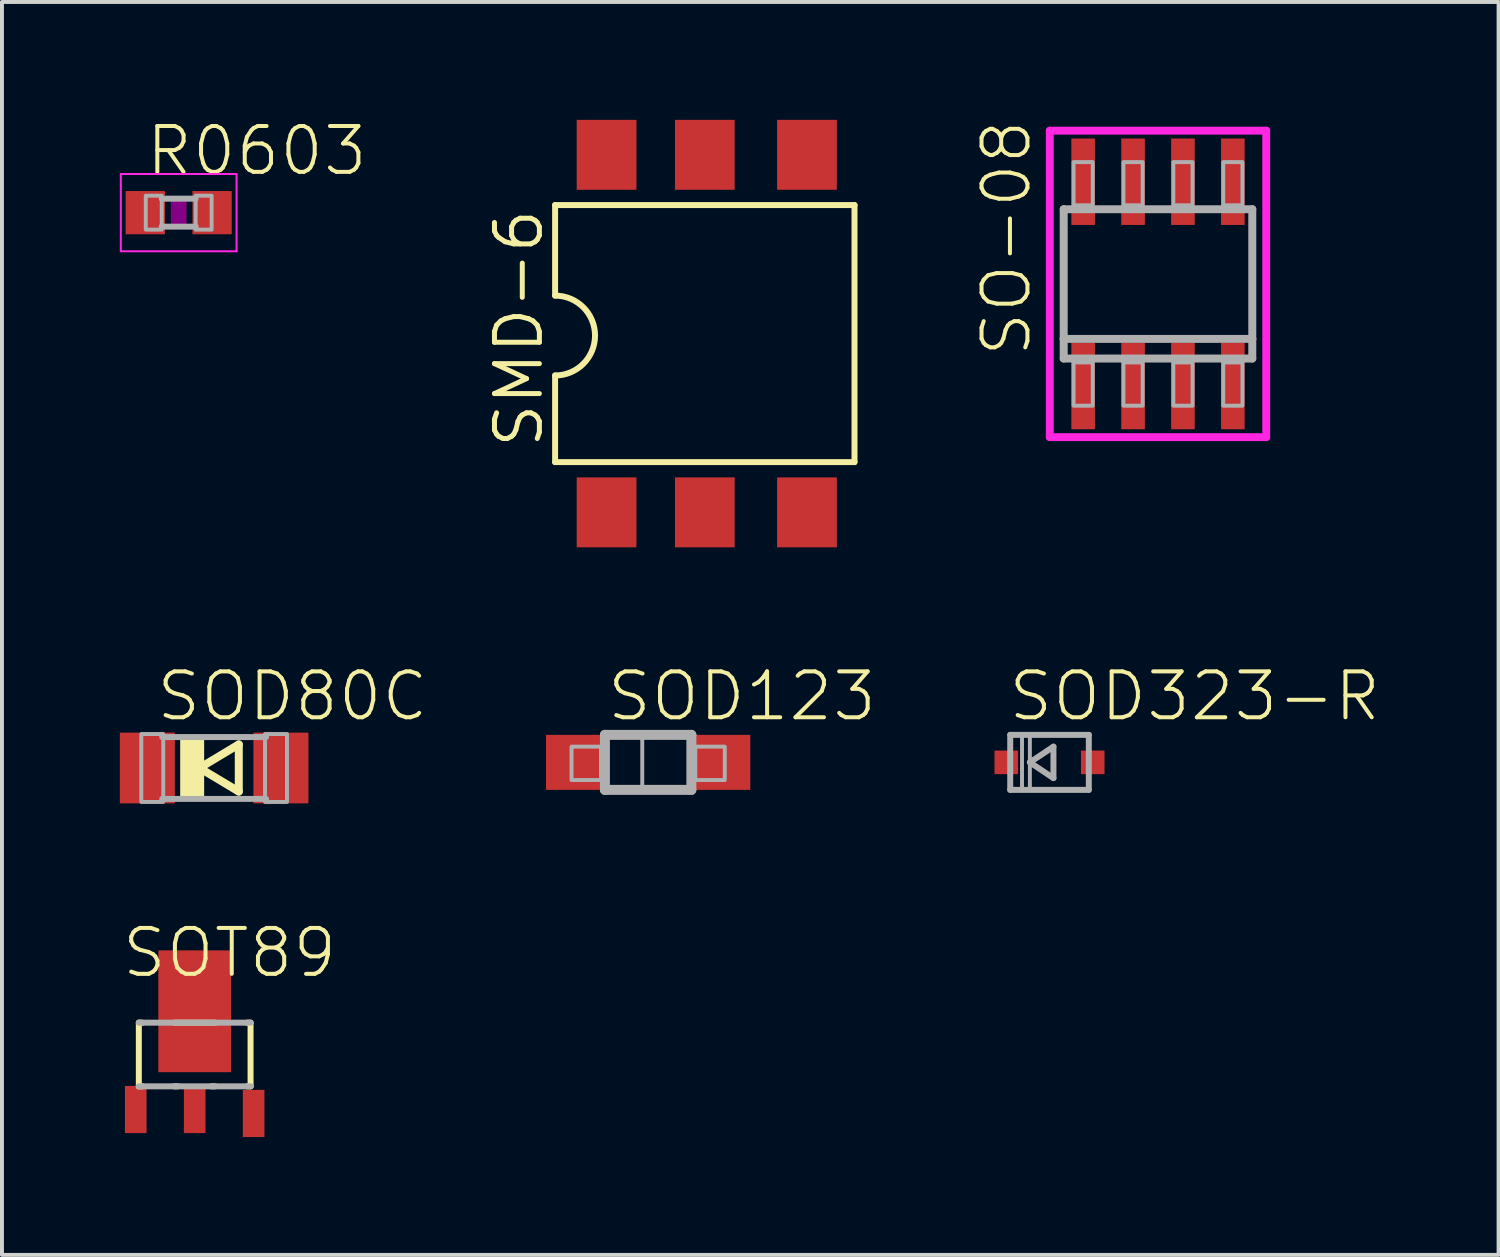
<source format=kicad_pcb>
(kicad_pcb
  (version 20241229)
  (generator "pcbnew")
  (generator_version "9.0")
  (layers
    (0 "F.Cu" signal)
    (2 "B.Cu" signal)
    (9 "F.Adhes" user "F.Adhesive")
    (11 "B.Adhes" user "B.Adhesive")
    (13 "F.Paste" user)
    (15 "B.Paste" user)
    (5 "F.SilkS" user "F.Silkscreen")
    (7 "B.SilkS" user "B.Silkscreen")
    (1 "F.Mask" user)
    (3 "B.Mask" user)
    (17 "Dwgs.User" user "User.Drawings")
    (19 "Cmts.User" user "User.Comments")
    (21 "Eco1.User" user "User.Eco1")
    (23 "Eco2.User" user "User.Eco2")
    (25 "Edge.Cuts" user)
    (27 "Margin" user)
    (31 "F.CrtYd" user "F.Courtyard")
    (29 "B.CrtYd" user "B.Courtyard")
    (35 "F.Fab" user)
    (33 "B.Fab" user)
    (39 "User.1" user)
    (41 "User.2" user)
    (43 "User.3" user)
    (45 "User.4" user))
  (footprint "SMD-6"
    (layer "F.Cu")
    (at 14.888 5.49)
    (property "Reference" "SMD-6" (at -4.064 2.921 90) (unlocked yes) (layer "F.SilkS") (effects (font (size 1.143 1.143) (thickness 0.127)) (justify left bottom)))
    (fp_line (start -3.81 -3.321) (end -3.81 -1.016) (stroke (width 0.152) (type solid)) (layer "F.SilkS"))
    (fp_line (start -3.81 3.221) (end -3.81 1.016) (stroke (width 0.152) (type solid)) (layer "F.SilkS"))
    (fp_line (start -3.81 3.221) (end 3.81 3.221) (stroke (width 0.152) (type solid)) (layer "F.SilkS"))
    (fp_line (start 3.81 -3.321) (end -3.81 -3.321) (stroke (width 0.152) (type solid)) (layer "F.SilkS"))
    (fp_line (start 3.81 -3.321) (end 3.81 3.221) (stroke (width 0.152) (type solid)) (layer "F.SilkS"))
    (fp_arc (start -3.81 -1.016) (mid -2.794 0) (end -3.81 1.016) (stroke (width 0.1524) (type solid)) (layer "F.SilkS"))
    (pad "P$1" smd rect (at -2.5 4.5) (size 1.52 1.78) (layers "F.Cu" "F.Mask" "F.Paste"))
    (pad "P$2" smd rect (at 0 4.5) (size 1.52 1.78) (layers "F.Cu" "F.Mask" "F.Paste"))
    (pad "P$3" smd rect (at 2.6 4.5) (size 1.52 1.78) (layers "F.Cu" "F.Mask" "F.Paste"))
    (pad "P$4" smd rect (at 2.6 -4.6) (size 1.52 1.78) (layers "F.Cu" "F.Mask" "F.Paste"))
    (pad "P$5" smd rect (at 0 -4.6) (size 1.52 1.78) (layers "F.Cu" "F.Mask" "F.Paste"))
    (pad "P$6" smd rect (at -2.5 -4.6) (size 1.52 1.78) (layers "F.Cu" "F.Mask" "F.Paste")))
  (footprint "R0603"
    (layer "F.Cu")
    (at 1.498 2.362)
    (property "Reference" "R0603" (at -0.889 -0.889 0) (unlocked yes) (layer "F.SilkS") (effects (font (size 1.168 1.168) (thickness 0.102)) (justify left bottom)))
    (fp_poly (pts (xy -0.2 0.4) (xy 0.2 0.4) (xy 0.2 -0.4) (xy -0.2 -0.4)) (stroke (width 0) (type default)) (fill yes) (layer "F.Adhes"))
    (fp_line (start -1.473 -0.983) (end 1.473 -0.983) (stroke (width 0.051) (type solid)) (layer "F.CrtYd"))
    (fp_line (start -1.473 0.983) (end -1.473 -0.983) (stroke (width 0.051) (type solid)) (layer "F.CrtYd"))
    (fp_line (start 1.473 -0.983) (end 1.473 0.983) (stroke (width 0.051) (type solid)) (layer "F.CrtYd"))
    (fp_line (start 1.473 0.983) (end -1.473 0.983) (stroke (width 0.051) (type solid)) (layer "F.CrtYd"))
    (fp_line (start -0.432 0.356) (end 0.432 0.356) (stroke (width 0.152) (type solid)) (layer "F.Fab"))
    (fp_line (start 0.432 -0.356) (end -0.432 -0.356) (stroke (width 0.152) (type solid)) (layer "F.Fab"))
    (fp_poly (pts (xy -0.838 0.432) (xy -0.432 0.432) (xy -0.432 -0.432) (xy -0.838 -0.432)) (stroke (width 0.1) (type default)) (fill no) (layer "F.Fab"))
    (fp_poly (pts (xy 0.432 0.432) (xy 0.838 0.432) (xy 0.838 -0.432) (xy 0.432 -0.432)) (stroke (width 0.1) (type default)) (fill no) (layer "F.Fab"))
    (pad "1" smd rect (at -0.85 0) (size 1 1.1) (layers "F.Cu" "F.Mask" "F.Paste"))
    (pad "2" smd rect (at 0.85 0) (size 1 1.1) (layers "F.Cu" "F.Mask" "F.Paste")))
  (footprint "SO-08"
    (layer "F.Cu")
    (at 26.422 4.175)
    (property "Reference" "SO-08" (at -3.175 1.905 90) (unlocked yes) (layer "F.SilkS") (effects (font (size 1.168 1.168) (thickness 0.102)) (justify left bottom)))
    (fp_line (start -2.754 -3.9) (end 2.754 -3.9) (stroke (width 0.2) (type solid)) (layer "F.CrtYd"))
    (fp_line (start -2.754 3.9) (end -2.754 -3.9) (stroke (width 0.2) (type solid)) (layer "F.CrtYd"))
    (fp_line (start 2.754 -3.9) (end 2.754 3.9) (stroke (width 0.2) (type solid)) (layer "F.CrtYd"))
    (fp_line (start 2.754 3.9) (end -2.754 3.9) (stroke (width 0.2) (type solid)) (layer "F.CrtYd"))
    (fp_line (start -2.4 -1.9) (end 2.4 -1.9) (stroke (width 0.203) (type solid)) (layer "F.Fab"))
    (fp_line (start -2.4 1.4) (end -2.4 -1.9) (stroke (width 0.203) (type solid)) (layer "F.Fab"))
    (fp_line (start -2.4 1.9) (end -2.4 1.4) (stroke (width 0.203) (type solid)) (layer "F.Fab"))
    (fp_line (start 2.4 -1.9) (end 2.4 1.4) (stroke (width 0.203) (type solid)) (layer "F.Fab"))
    (fp_line (start 2.4 1.4) (end -2.4 1.4) (stroke (width 0.203) (type solid)) (layer "F.Fab"))
    (fp_line (start 2.4 1.4) (end 2.4 1.9) (stroke (width 0.203) (type solid)) (layer "F.Fab"))
    (fp_line (start 2.4 1.9) (end -2.4 1.9) (stroke (width 0.203) (type solid)) (layer "F.Fab"))
    (fp_poly (pts (xy -2.15 -2) (xy -1.66 -2) (xy -1.66 -3.1) (xy -2.15 -3.1)) (stroke (width 0.1) (type default)) (fill no) (layer "F.Fab"))
    (fp_poly (pts (xy -2.15 3.1) (xy -1.66 3.1) (xy -1.66 2) (xy -2.15 2)) (stroke (width 0.1) (type default)) (fill no) (layer "F.Fab"))
    (fp_poly (pts (xy -0.88 -2) (xy -0.39 -2) (xy -0.39 -3.1) (xy -0.88 -3.1)) (stroke (width 0.1) (type default)) (fill no) (layer "F.Fab"))
    (fp_poly (pts (xy -0.88 3.1) (xy -0.39 3.1) (xy -0.39 2) (xy -0.88 2)) (stroke (width 0.1) (type default)) (fill no) (layer "F.Fab"))
    (fp_poly (pts (xy 0.39 -2) (xy 0.88 -2) (xy 0.88 -3.1) (xy 0.39 -3.1)) (stroke (width 0.1) (type default)) (fill no) (layer "F.Fab"))
    (fp_poly (pts (xy 0.39 3.1) (xy 0.88 3.1) (xy 0.88 2) (xy 0.39 2)) (stroke (width 0.1) (type default)) (fill no) (layer "F.Fab"))
    (fp_poly (pts (xy 1.66 -2) (xy 2.15 -2) (xy 2.15 -3.1) (xy 1.66 -3.1)) (stroke (width 0.1) (type default)) (fill no) (layer "F.Fab"))
    (fp_poly (pts (xy 1.66 3.1) (xy 2.15 3.1) (xy 2.15 2) (xy 1.66 2)) (stroke (width 0.1) (type default)) (fill no) (layer "F.Fab"))
    (pad "1" smd rect (at -1.905 2.6) (size 0.6 2.2) (layers "F.Cu" "F.Mask" "F.Paste"))
    (pad "2" smd rect (at -0.635 2.6) (size 0.6 2.2) (layers "F.Cu" "F.Mask" "F.Paste"))
    (pad "3" smd rect (at 0.635 2.6) (size 0.6 2.2) (layers "F.Cu" "F.Mask" "F.Paste"))
    (pad "4" smd rect (at 1.905 2.6) (size 0.6 2.2) (layers "F.Cu" "F.Mask" "F.Paste"))
    (pad "5" smd rect (at 1.905 -2.6) (size 0.6 2.2) (layers "F.Cu" "F.Mask" "F.Paste"))
    (pad "6" smd rect (at 0.635 -2.6) (size 0.6 2.2) (layers "F.Cu" "F.Mask" "F.Paste"))
    (pad "7" smd rect (at -0.635 -2.6) (size 0.6 2.2) (layers "F.Cu" "F.Mask" "F.Paste"))
    (pad "8" smd rect (at -1.905 -2.6) (size 0.6 2.2) (layers "F.Cu" "F.Mask" "F.Paste")))
  (footprint "SOT89"
    (layer "F.Cu")
    (at 1.905 23.788)
    (property "Reference" "SOT89" (at -1.905 -1.905 0) (unlocked yes) (layer "F.SilkS") (effects (font (size 1.168 1.168) (thickness 0.102)) (justify left bottom)))
    (fp_line (start -1.422 -0.81) (end -1.328 -0.81) (stroke (width 0.152) (type solid)) (layer "F.SilkS"))
    (fp_line (start -1.422 0.81) (end -1.422 -0.81) (stroke (width 0.152) (type solid)) (layer "F.SilkS"))
    (fp_line (start -1.328 0.81) (end -1.422 0.81) (stroke (width 0.152) (type solid)) (layer "F.SilkS"))
    (fp_line (start -0.522 -0.81) (end 0.522 -0.81) (stroke (width 0.152) (type solid)) (layer "F.SilkS"))
    (fp_line (start -0.428 0.81) (end -0.522 0.81) (stroke (width 0.152) (type solid)) (layer "F.SilkS"))
    (fp_line (start 0.522 0.81) (end 0.428 0.81) (stroke (width 0.152) (type solid)) (layer "F.SilkS"))
    (fp_line (start 1.328 -0.81) (end 1.422 -0.81) (stroke (width 0.152) (type solid)) (layer "F.SilkS"))
    (fp_line (start 1.422 -0.81) (end 1.422 0.81) (stroke (width 0.152) (type solid)) (layer "F.SilkS"))
    (fp_line (start 1.422 0.81) (end 1.328 0.81) (stroke (width 0.152) (type solid)) (layer "F.SilkS"))
    (fp_line (start -1.422 -0.81) (end 1.422 -0.81) (stroke (width 0.152) (type solid)) (layer "F.Fab"))
    (fp_line (start 1.422 0.81) (end -1.422 0.81) (stroke (width 0.152) (type solid)) (layer "F.Fab"))
    (pad "1" smd rect (at -1.5 1.4 90) (size 1.2 0.55) (layers "F.Cu" "F.Mask" "F.Paste"))
    (pad "2" smd rect (at 0 1.4 90) (size 1.2 0.55) (layers "F.Cu" "F.Mask" "F.Paste"))
    (pad "3" smd rect (at 1.5 1.5 90) (size 1.2 0.55) (layers "F.Cu" "F.Mask" "F.Paste"))
    (pad "4" smd rect (at 0 -1.1) (size 1.85 3.1) (layers "F.Cu" "F.Mask" "F.Paste")))
  (footprint "SOD323-R"
    (layer "F.Cu")
    (at 23.661 16.353)
    (property "Reference" "SOD323-R" (at -1.1 -1 0) (unlocked yes) (layer "F.SilkS") (effects (font (size 1.168 1.168) (thickness 0.102)) (justify left bottom)))
    (fp_line (start -1 -0.7) (end 1 -0.7) (stroke (width 0.152) (type solid)) (layer "F.Fab"))
    (fp_line (start -1 0.7) (end -1 -0.7) (stroke (width 0.152) (type solid)) (layer "F.Fab"))
    (fp_line (start -0.5 0) (end 0.1 -0.4) (stroke (width 0.152) (type solid)) (layer "F.Fab"))
    (fp_line (start 0.1 -0.4) (end 0.1 0.4) (stroke (width 0.152) (type solid)) (layer "F.Fab"))
    (fp_line (start 0.1 0.4) (end -0.5 0) (stroke (width 0.152) (type solid)) (layer "F.Fab"))
    (fp_line (start 1 -0.7) (end 1 0.7) (stroke (width 0.152) (type solid)) (layer "F.Fab"))
    (fp_line (start 1 0.7) (end -1 0.7) (stroke (width 0.152) (type solid)) (layer "F.Fab"))
    (fp_poly (pts (xy -0.7 0.7) (xy -0.5 0.7) (xy -0.5 -0.7) (xy -0.7 -0.7)) (stroke (width 0.1) (type default)) (fill no) (layer "F.Fab"))
    (pad "A" smd rect (at 1.1 0) (size 0.6 0.6) (layers "F.Cu" "F.Mask" "F.Paste"))
    (pad "C" smd rect (at -1.1 0) (size 0.6 0.6) (layers "F.Cu" "F.Mask" "F.Paste")))
  (footprint "SOD123"
    (layer "F.Cu")
    (at 13.446 16.353)
    (property "Reference" "SOD123" (at -1.1 -1 0) (unlocked yes) (layer "F.SilkS") (effects (font (size 1.168 1.168) (thickness 0.102)) (justify left bottom)))
    (fp_line (start -1.1 -0.7) (end 1.1 -0.7) (stroke (width 0.254) (type solid)) (layer "F.Fab"))
    (fp_line (start -1.1 0.7) (end -1.1 -0.7) (stroke (width 0.254) (type solid)) (layer "F.Fab"))
    (fp_line (start 1.1 -0.7) (end 1.1 0.7) (stroke (width 0.254) (type solid)) (layer "F.Fab"))
    (fp_line (start 1.1 0.7) (end -1.1 0.7) (stroke (width 0.254) (type solid)) (layer "F.Fab"))
    (fp_poly (pts (xy -1.95 0.45) (xy -1.2 0.45) (xy -1.2 -0.4) (xy -1.95 -0.4)) (stroke (width 0.1) (type default)) (fill no) (layer "F.Fab"))
    (fp_poly (pts (xy -1.05 0.65) (xy -0.15 0.65) (xy -0.15 -0.7) (xy -1.05 -0.7)) (stroke (width 0.1) (type default)) (fill no) (layer "F.Fab"))
    (fp_poly (pts (xy 1.2 0.45) (xy 1.95 0.45) (xy 1.95 -0.4) (xy 1.2 -0.4)) (stroke (width 0.1) (type default)) (fill no) (layer "F.Fab"))
    (pad "A" smd rect (at 1.9 0) (size 1.4 1.4) (layers "F.Cu" "F.Mask" "F.Paste"))
    (pad "C" smd rect (at -1.9 0) (size 1.4 1.4) (layers "F.Cu" "F.Mask" "F.Paste")))
  (footprint "SOD80C"
    (layer "F.Cu")
    (at 2.4 16.496)
    (property "Reference" "SOD80C" (at -1.524 -1.143 0) (unlocked yes) (layer "F.SilkS") (effects (font (size 1.168 1.168) (thickness 0.102)) (justify left bottom)))
    (fp_line (start -0.373 0) (end 0.627 0.6) (stroke (width 0.203) (type solid)) (layer "F.SilkS"))
    (fp_line (start 0.627 -0.6) (end -0.373 0) (stroke (width 0.203) (type solid)) (layer "F.SilkS"))
    (fp_line (start 0.627 0.6) (end 0.627 -0.6) (stroke (width 0.203) (type solid)) (layer "F.SilkS"))
    (fp_poly (pts (xy -0.864 0.787) (xy -0.254 0.787) (xy -0.254 -0.787) (xy -0.864 -0.787)) (stroke (width 0) (type default)) (fill yes) (layer "F.SilkS"))
    (fp_line (start 1.321 -0.787) (end -1.321 -0.787) (stroke (width 0.152) (type solid)) (layer "F.Fab"))
    (fp_line (start 1.321 0.787) (end -1.321 0.787) (stroke (width 0.152) (type solid)) (layer "F.Fab"))
    (fp_poly (pts (xy -1.854 0.864) (xy -1.295 0.864) (xy -1.295 -0.864) (xy -1.854 -0.864)) (stroke (width 0.1) (type default)) (fill no) (layer "F.Fab"))
    (fp_poly (pts (xy 1.295 0.864) (xy 1.854 0.864) (xy 1.854 -0.864) (xy 1.295 -0.864)) (stroke (width 0.1) (type default)) (fill no) (layer "F.Fab"))
    (pad "A" smd rect (at 1.7 0) (size 1.4 1.8) (layers "F.Cu" "F.Mask" "F.Paste"))
    (pad "C" smd rect (at -1.7 0) (size 1.4 1.8) (layers "F.Cu" "F.Mask" "F.Paste")))
  (gr_rect
    (start -3 -3)
    (end 35.09 28.888)
    (stroke (width 0.1) (type default))
    (fill no)
    (layer "Edge.Cuts")))
</source>
